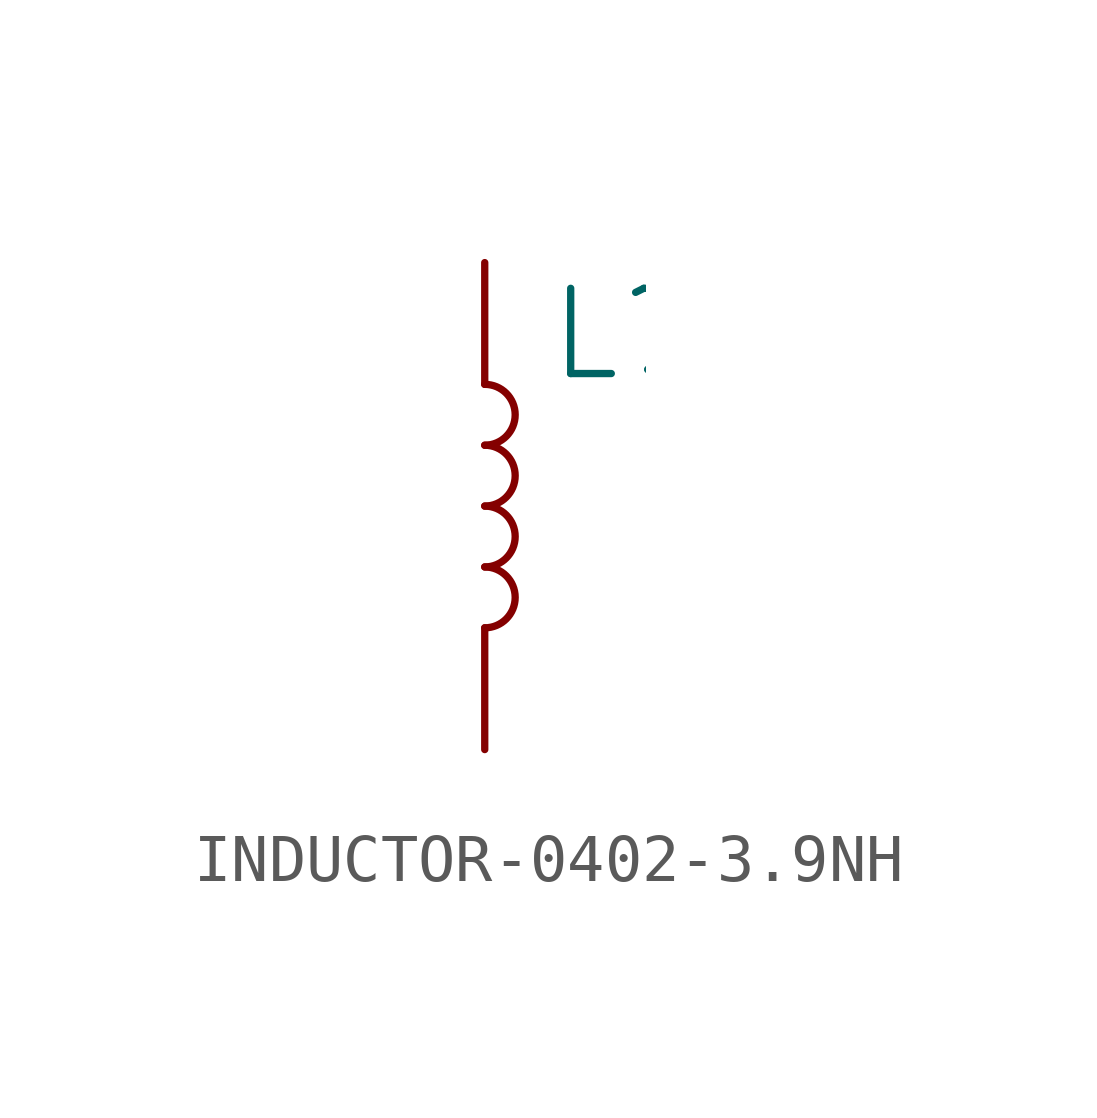
<source format=kicad_sym>
(kicad_symbol_lib
  (version 20231120)
  (generator "kicad_symbol_editor")
  (generator_version "8.0")
  (symbol "INDUCTOR-0402-3.9NH"
    (property "Reference" "L"
      (at 1.27 2.54 0)
      (effects (font (size 1.778 1.778)) (justify left bottom)))
    (property "Value" ""
      (at 1.27 -2.54 0)
      (effects (font (size 1.778 1.778)) (justify left top)))
    (property "ki_locked" ""
      (at 0 0 0)
      (effects (font (size 1.27 1.27))))
    (symbol "INDUCTOR-0402-3.9NH_1_0"
      (arc (start 0 -2.54) (mid 0.635 -1.905) (end 0 -1.27) (stroke (width 0.1524) (type solid)) (fill (type none)))
      (arc (start 0 -1.27) (mid 0.635 -0.635) (end 0 0) (stroke (width 0.1524) (type solid)) (fill (type none)))
      (arc (start 0 0) (mid 0.635 0.635) (end 0 1.27) (stroke (width 0.1524) (type solid)) (fill (type none)))
      (arc (start 0 1.27) (mid 0.635 1.905) (end 0 2.54) (stroke (width 0.1524) (type solid)) (fill (type none)))
      (pin passive line (at 0 5.08 270) (length 2.54) (name "1" (effects (font (size 0 0)))) (number "1" (effects (font (size 0 0)))))
      (pin passive line (at 0 -5.08 90) (length 2.54) (name "2" (effects (font (size 0 0)))) (number "2" (effects (font (size 0 0))))))))
</source>
